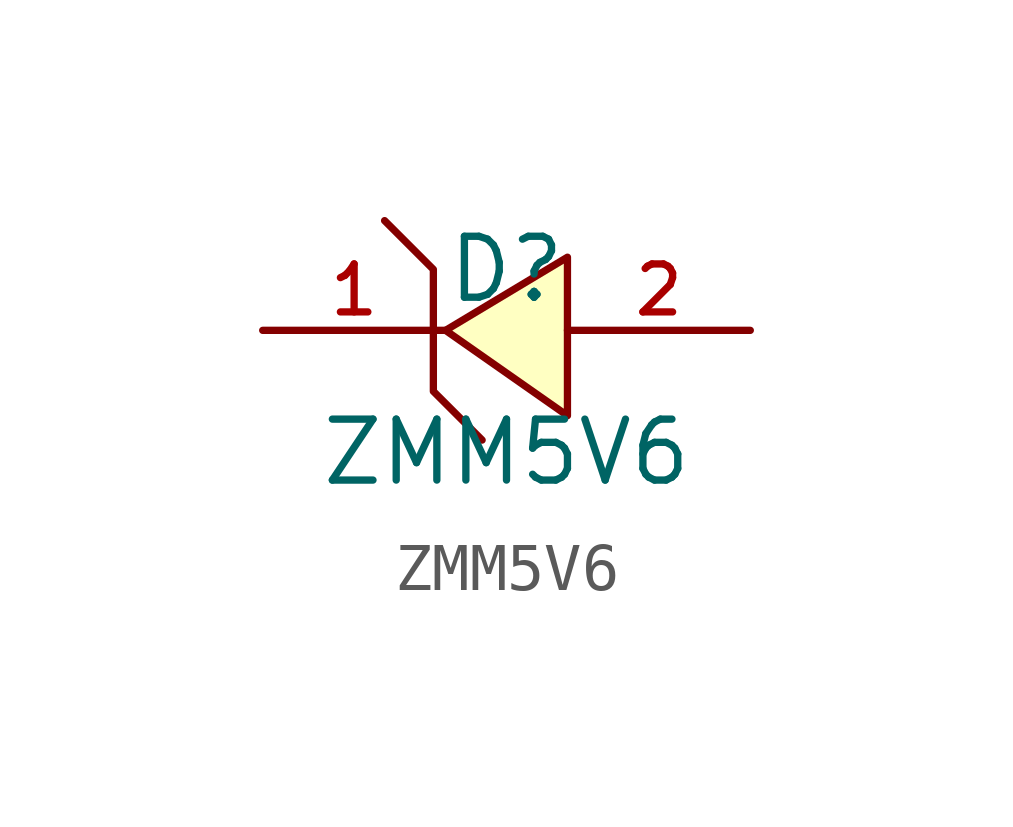
<source format=kicad_sym>
(kicad_symbol_lib
  (version 20210201)
  (generator TousstNicolas/JLC2KiCad_lib)
  (symbol "ZMM5V6"
    (pin_names hide)
    (property "Reference" "D"
      (at 0 1.27 0)
      (effects (font (size 1.27 1.27))))
    (property "Value" "ZMM5V6"
      (at 0 -2.54 0)
      (effects (font (size 1.27 1.27))))
    (symbol "ZMM5V6_0_1"
      (pin unspecified line (at 5.08 -0.0 180) (length 3.81) (name "A" (effects (font (size 1 1)))) (number "2" (effects (font (size 1 1)))))
      (pin unspecified line (at -5.08 -0.0 0) (length 3.81) (name "C" (effects (font (size 1 1)))) (number "1" (effects (font (size 1 1)))))
      (polyline (pts (xy -2.54 2.286) (xy -1.524 1.27) (xy -1.524 -1.27) (xy -0.508 -2.286)) (stroke (width 0) (type default) (color 0 0 0 0)) (fill (type none)))
      (polyline (pts (xy 1.27 1.524) (xy -1.27 -0.0) (xy 1.27 -1.778) (xy 1.27 1.524)) (stroke (width 0) (type default) (color 0 0 0 0)) (fill (type background))))))
</source>
